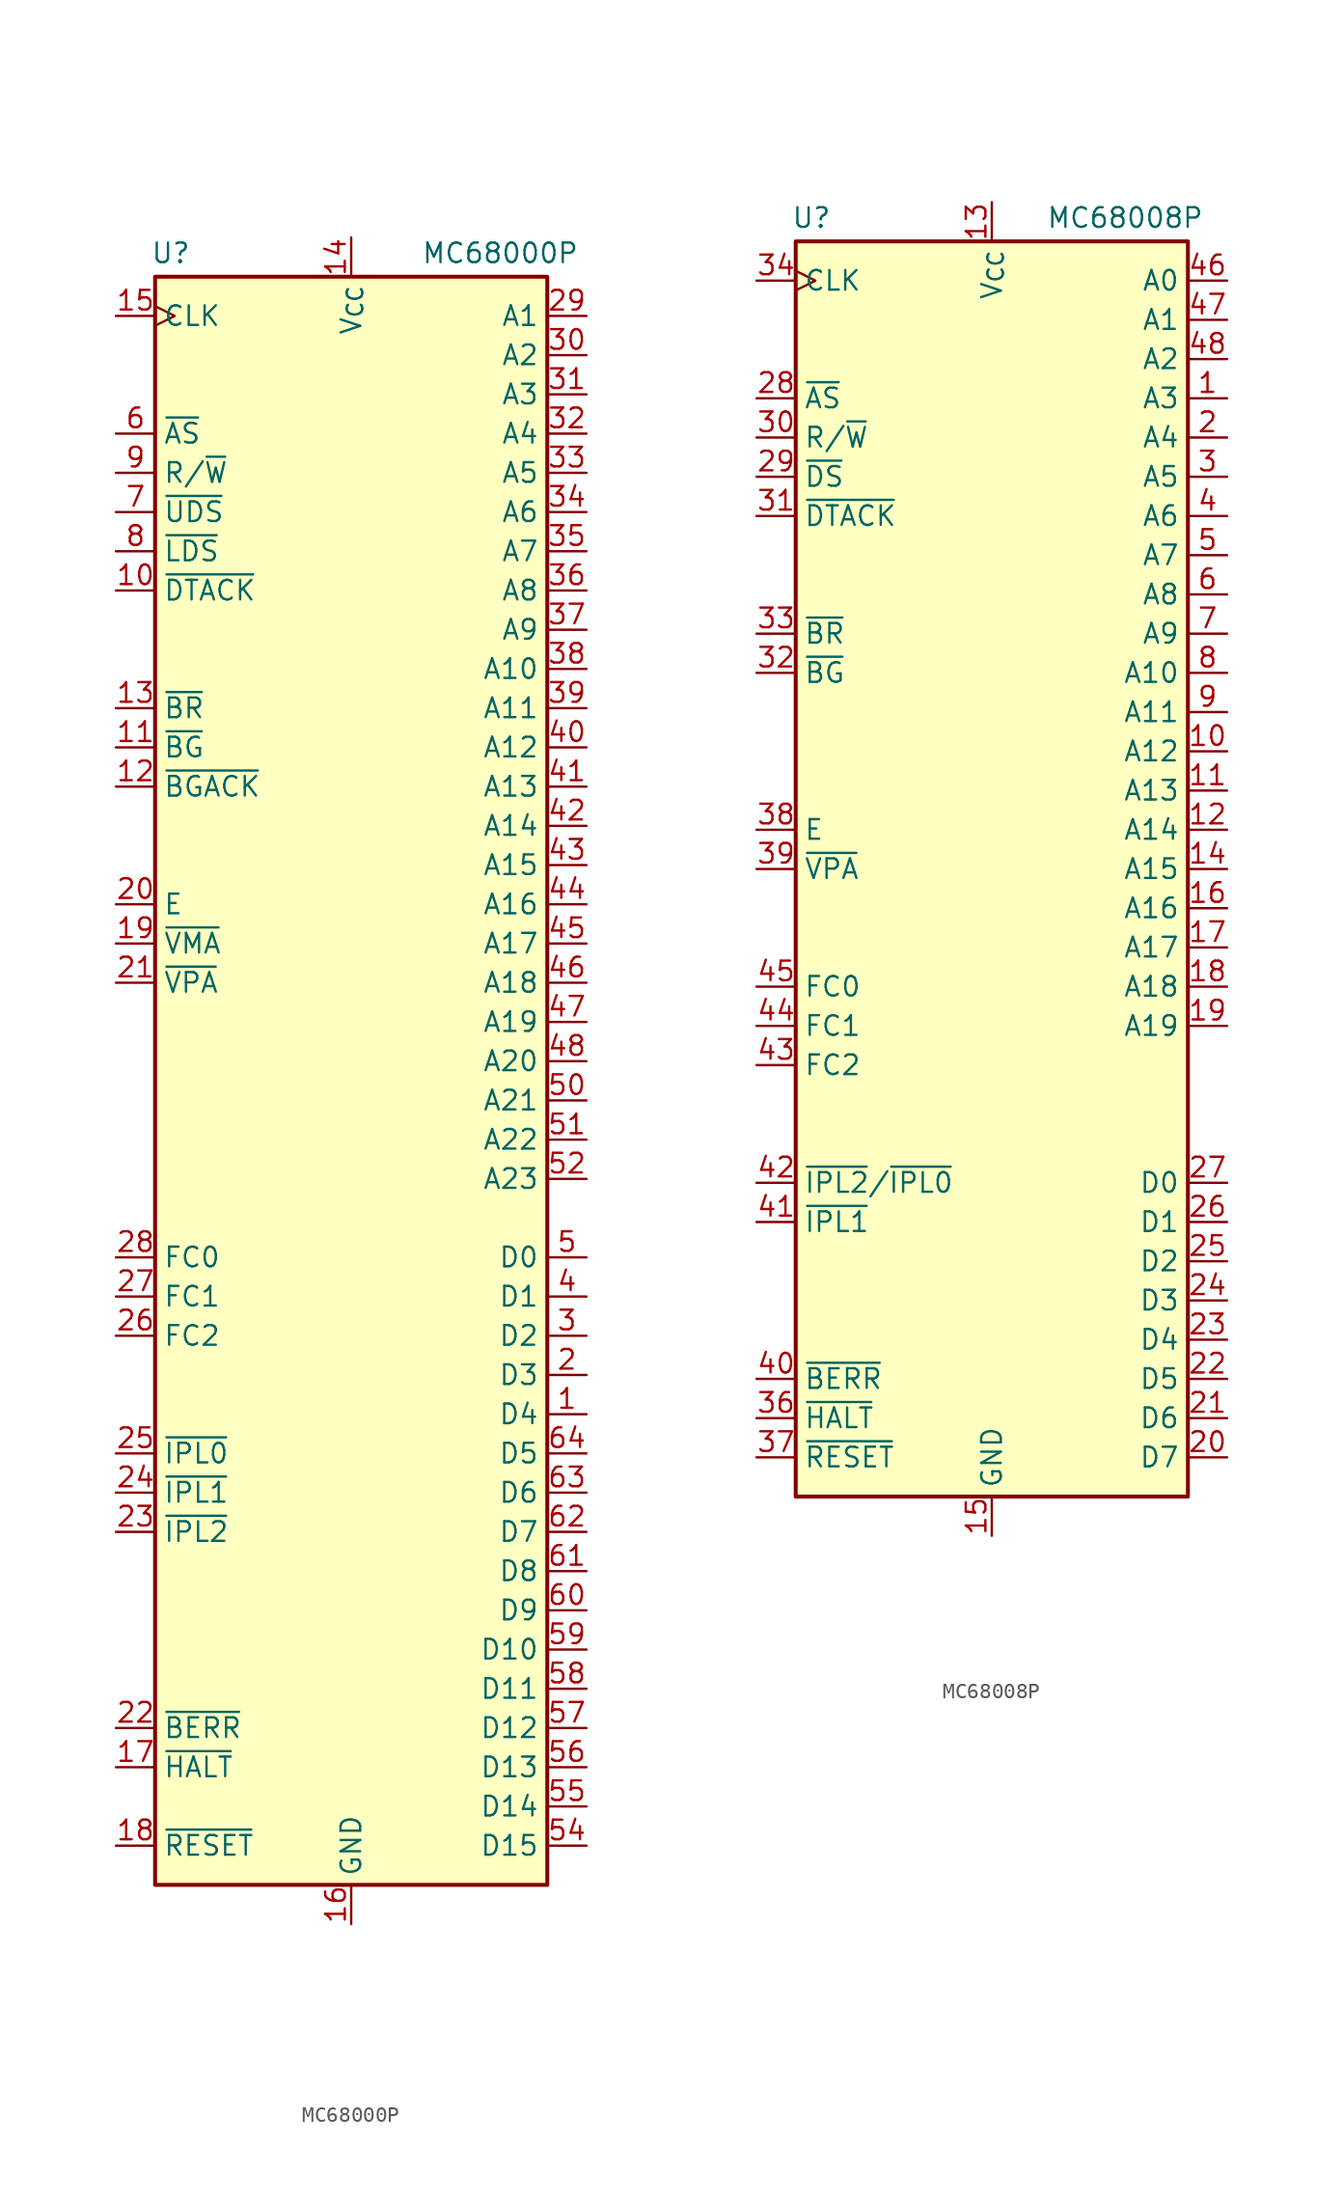
<source format=kicad_sym>
(kicad_symbol_lib
  (version 20241209)
  (generator "kicad_symbol_editor")
  (generator_version "9.0")
  (symbol "MC68000P"
    (property "Reference" "U"
      (at -11.684 54.864 0)
      (effects (font (size 1.27 1.27))))
    (property "Value" "MC68000P"
      (at 9.652 54.864 0)
      (effects (font (size 1.27 1.27))))
    (symbol "MC68000P_0_1"
      (rectangle (start -12.7 53.34) (end 12.7 -50.8) (stroke (width 0.254) (type default)) (fill (type background))))
    (symbol "MC68000P_1_1"
      (pin input clock (at -15.24 50.8 0) (length 2.54) (name "CLK" (effects (font (size 1.27 1.27)))) (number "15" (effects (font (size 1.27 1.27)))))
      (pin tri_state line (at -15.24 43.18 0) (length 2.54) (name "~{AS}" (effects (font (size 1.27 1.27)))) (number "6" (effects (font (size 1.27 1.27)))))
      (pin tri_state line (at -15.24 40.64 0) (length 2.54) (name "R/~{W}" (effects (font (size 1.27 1.27)))) (number "9" (effects (font (size 1.27 1.27)))))
      (pin tri_state line (at -15.24 38.1 0) (length 2.54) (name "~{UDS}" (effects (font (size 1.27 1.27)))) (number "7" (effects (font (size 1.27 1.27)))))
      (pin tri_state line (at -15.24 35.56 0) (length 2.54) (name "~{LDS}" (effects (font (size 1.27 1.27)))) (number "8" (effects (font (size 1.27 1.27)))))
      (pin input line (at -15.24 33.02 0) (length 2.54) (name "~{DTACK}" (effects (font (size 1.27 1.27)))) (number "10" (effects (font (size 1.27 1.27)))))
      (pin input line (at -15.24 25.4 0) (length 2.54) (name "~{BR}" (effects (font (size 1.27 1.27)))) (number "13" (effects (font (size 1.27 1.27)))))
      (pin output line (at -15.24 22.86 0) (length 2.54) (name "~{BG}" (effects (font (size 1.27 1.27)))) (number "11" (effects (font (size 1.27 1.27)))))
      (pin input line (at -15.24 20.32 0) (length 2.54) (name "~{BGACK}" (effects (font (size 1.27 1.27)))) (number "12" (effects (font (size 1.27 1.27)))))
      (pin output line (at -15.24 12.7 0) (length 2.54) (name "E" (effects (font (size 1.27 1.27)))) (number "20" (effects (font (size 1.27 1.27)))))
      (pin tri_state line (at -15.24 10.16 0) (length 2.54) (name "~{VMA}" (effects (font (size 1.27 1.27)))) (number "19" (effects (font (size 1.27 1.27)))))
      (pin input line (at -15.24 7.62 0) (length 2.54) (name "~{VPA}" (effects (font (size 1.27 1.27)))) (number "21" (effects (font (size 1.27 1.27)))))
      (pin tri_state line (at -15.24 -10.16 0) (length 2.54) (name "FC0" (effects (font (size 1.27 1.27)))) (number "28" (effects (font (size 1.27 1.27)))))
      (pin tri_state line (at -15.24 -12.7 0) (length 2.54) (name "FC1" (effects (font (size 1.27 1.27)))) (number "27" (effects (font (size 1.27 1.27)))))
      (pin tri_state line (at -15.24 -15.24 0) (length 2.54) (name "FC2" (effects (font (size 1.27 1.27)))) (number "26" (effects (font (size 1.27 1.27)))))
      (pin input line (at -15.24 -22.86 0) (length 2.54) (name "~{IPL0}" (effects (font (size 1.27 1.27)))) (number "25" (effects (font (size 1.27 1.27)))))
      (pin input line (at -15.24 -25.4 0) (length 2.54) (name "~{IPL1}" (effects (font (size 1.27 1.27)))) (number "24" (effects (font (size 1.27 1.27)))))
      (pin input line (at -15.24 -27.94 0) (length 2.54) (name "~{IPL2}" (effects (font (size 1.27 1.27)))) (number "23" (effects (font (size 1.27 1.27)))))
      (pin input line (at -15.24 -40.64 0) (length 2.54) (name "~{BERR}" (effects (font (size 1.27 1.27)))) (number "22" (effects (font (size 1.27 1.27)))))
      (pin bidirectional line (at -15.24 -43.18 0) (length 2.54) (name "~{HALT}" (effects (font (size 1.27 1.27)))) (number "17" (effects (font (size 1.27 1.27)))))
      (pin bidirectional line (at -15.24 -48.26 0) (length 2.54) (name "~{RESET}" (effects (font (size 1.27 1.27)))) (number "18" (effects (font (size 1.27 1.27)))))
      (pin power_in line (at 0 55.88 270) (length 2.54) (name "V_{CC}" (effects (font (size 1.27 1.27)))) (number "14" (effects (font (size 1.27 1.27)))))
      (pin passive line (at 0 55.88 270) (length 2.54) (hide yes) (name "V_{CC}" (effects (font (size 1.27 1.27)))) (number "49" (effects (font (size 1.27 1.27)))))
      (pin power_in line (at 0 -53.34 90) (length 2.54) (name "GND" (effects (font (size 1.27 1.27)))) (number "16" (effects (font (size 1.27 1.27)))))
      (pin passive line (at 0 -53.34 90) (length 2.54) (hide yes) (name "GND" (effects (font (size 1.27 1.27)))) (number "53" (effects (font (size 1.27 1.27)))))
      (pin tri_state line (at 15.24 50.8 180) (length 2.54) (name "A1" (effects (font (size 1.27 1.27)))) (number "29" (effects (font (size 1.27 1.27)))))
      (pin tri_state line (at 15.24 48.26 180) (length 2.54) (name "A2" (effects (font (size 1.27 1.27)))) (number "30" (effects (font (size 1.27 1.27)))))
      (pin tri_state line (at 15.24 45.72 180) (length 2.54) (name "A3" (effects (font (size 1.27 1.27)))) (number "31" (effects (font (size 1.27 1.27)))))
      (pin tri_state line (at 15.24 43.18 180) (length 2.54) (name "A4" (effects (font (size 1.27 1.27)))) (number "32" (effects (font (size 1.27 1.27)))))
      (pin tri_state line (at 15.24 40.64 180) (length 2.54) (name "A5" (effects (font (size 1.27 1.27)))) (number "33" (effects (font (size 1.27 1.27)))))
      (pin tri_state line (at 15.24 38.1 180) (length 2.54) (name "A6" (effects (font (size 1.27 1.27)))) (number "34" (effects (font (size 1.27 1.27)))))
      (pin tri_state line (at 15.24 35.56 180) (length 2.54) (name "A7" (effects (font (size 1.27 1.27)))) (number "35" (effects (font (size 1.27 1.27)))))
      (pin tri_state line (at 15.24 33.02 180) (length 2.54) (name "A8" (effects (font (size 1.27 1.27)))) (number "36" (effects (font (size 1.27 1.27)))))
      (pin tri_state line (at 15.24 30.48 180) (length 2.54) (name "A9" (effects (font (size 1.27 1.27)))) (number "37" (effects (font (size 1.27 1.27)))))
      (pin tri_state line (at 15.24 27.94 180) (length 2.54) (name "A10" (effects (font (size 1.27 1.27)))) (number "38" (effects (font (size 1.27 1.27)))))
      (pin tri_state line (at 15.24 25.4 180) (length 2.54) (name "A11" (effects (font (size 1.27 1.27)))) (number "39" (effects (font (size 1.27 1.27)))))
      (pin tri_state line (at 15.24 22.86 180) (length 2.54) (name "A12" (effects (font (size 1.27 1.27)))) (number "40" (effects (font (size 1.27 1.27)))))
      (pin tri_state line (at 15.24 20.32 180) (length 2.54) (name "A13" (effects (font (size 1.27 1.27)))) (number "41" (effects (font (size 1.27 1.27)))))
      (pin tri_state line (at 15.24 17.78 180) (length 2.54) (name "A14" (effects (font (size 1.27 1.27)))) (number "42" (effects (font (size 1.27 1.27)))))
      (pin tri_state line (at 15.24 15.24 180) (length 2.54) (name "A15" (effects (font (size 1.27 1.27)))) (number "43" (effects (font (size 1.27 1.27)))))
      (pin tri_state line (at 15.24 12.7 180) (length 2.54) (name "A16" (effects (font (size 1.27 1.27)))) (number "44" (effects (font (size 1.27 1.27)))))
      (pin tri_state line (at 15.24 10.16 180) (length 2.54) (name "A17" (effects (font (size 1.27 1.27)))) (number "45" (effects (font (size 1.27 1.27)))))
      (pin tri_state line (at 15.24 7.62 180) (length 2.54) (name "A18" (effects (font (size 1.27 1.27)))) (number "46" (effects (font (size 1.27 1.27)))))
      (pin tri_state line (at 15.24 5.08 180) (length 2.54) (name "A19" (effects (font (size 1.27 1.27)))) (number "47" (effects (font (size 1.27 1.27)))))
      (pin tri_state line (at 15.24 2.54 180) (length 2.54) (name "A20" (effects (font (size 1.27 1.27)))) (number "48" (effects (font (size 1.27 1.27)))))
      (pin tri_state line (at 15.24 0 180) (length 2.54) (name "A21" (effects (font (size 1.27 1.27)))) (number "50" (effects (font (size 1.27 1.27)))))
      (pin tri_state line (at 15.24 -2.54 180) (length 2.54) (name "A22" (effects (font (size 1.27 1.27)))) (number "51" (effects (font (size 1.27 1.27)))))
      (pin tri_state line (at 15.24 -5.08 180) (length 2.54) (name "A23" (effects (font (size 1.27 1.27)))) (number "52" (effects (font (size 1.27 1.27)))))
      (pin bidirectional line (at 15.24 -10.16 180) (length 2.54) (name "D0" (effects (font (size 1.27 1.27)))) (number "5" (effects (font (size 1.27 1.27)))))
      (pin bidirectional line (at 15.24 -12.7 180) (length 2.54) (name "D1" (effects (font (size 1.27 1.27)))) (number "4" (effects (font (size 1.27 1.27)))))
      (pin bidirectional line (at 15.24 -15.24 180) (length 2.54) (name "D2" (effects (font (size 1.27 1.27)))) (number "3" (effects (font (size 1.27 1.27)))))
      (pin bidirectional line (at 15.24 -17.78 180) (length 2.54) (name "D3" (effects (font (size 1.27 1.27)))) (number "2" (effects (font (size 1.27 1.27)))))
      (pin bidirectional line (at 15.24 -20.32 180) (length 2.54) (name "D4" (effects (font (size 1.27 1.27)))) (number "1" (effects (font (size 1.27 1.27)))))
      (pin bidirectional line (at 15.24 -22.86 180) (length 2.54) (name "D5" (effects (font (size 1.27 1.27)))) (number "64" (effects (font (size 1.27 1.27)))))
      (pin bidirectional line (at 15.24 -25.4 180) (length 2.54) (name "D6" (effects (font (size 1.27 1.27)))) (number "63" (effects (font (size 1.27 1.27)))))
      (pin bidirectional line (at 15.24 -27.94 180) (length 2.54) (name "D7" (effects (font (size 1.27 1.27)))) (number "62" (effects (font (size 1.27 1.27)))))
      (pin bidirectional line (at 15.24 -30.48 180) (length 2.54) (name "D8" (effects (font (size 1.27 1.27)))) (number "61" (effects (font (size 1.27 1.27)))))
      (pin bidirectional line (at 15.24 -33.02 180) (length 2.54) (name "D9" (effects (font (size 1.27 1.27)))) (number "60" (effects (font (size 1.27 1.27)))))
      (pin bidirectional line (at 15.24 -35.56 180) (length 2.54) (name "D10" (effects (font (size 1.27 1.27)))) (number "59" (effects (font (size 1.27 1.27)))))
      (pin bidirectional line (at 15.24 -38.1 180) (length 2.54) (name "D11" (effects (font (size 1.27 1.27)))) (number "58" (effects (font (size 1.27 1.27)))))
      (pin bidirectional line (at 15.24 -40.64 180) (length 2.54) (name "D12" (effects (font (size 1.27 1.27)))) (number "57" (effects (font (size 1.27 1.27)))))
      (pin bidirectional line (at 15.24 -43.18 180) (length 2.54) (name "D13" (effects (font (size 1.27 1.27)))) (number "56" (effects (font (size 1.27 1.27)))))
      (pin bidirectional line (at 15.24 -45.72 180) (length 2.54) (name "D14" (effects (font (size 1.27 1.27)))) (number "55" (effects (font (size 1.27 1.27)))))
      (pin bidirectional line (at 15.24 -48.26 180) (length 2.54) (name "D15" (effects (font (size 1.27 1.27)))) (number "54" (effects (font (size 1.27 1.27)))))))
  (symbol "MC68008P"
    (property "Reference" "U"
      (at -11.684 42.164 0)
      (effects (font (size 1.27 1.27))))
    (property "Value" "MC68008P"
      (at 8.636 42.164 0)
      (effects (font (size 1.27 1.27))))
    (symbol "MC68008P_0_1"
      (rectangle (start -12.7 40.64) (end 12.7 -40.64) (stroke (width 0.254) (type default)) (fill (type background))))
    (symbol "MC68008P_1_1"
      (pin input clock (at -15.24 38.1 0) (length 2.54) (name "CLK" (effects (font (size 1.27 1.27)))) (number "34" (effects (font (size 1.27 1.27)))))
      (pin tri_state line (at -15.24 30.48 0) (length 2.54) (name "~{AS}" (effects (font (size 1.27 1.27)))) (number "28" (effects (font (size 1.27 1.27)))))
      (pin tri_state line (at -15.24 27.94 0) (length 2.54) (name "R/~{W}" (effects (font (size 1.27 1.27)))) (number "30" (effects (font (size 1.27 1.27)))))
      (pin tri_state line (at -15.24 25.4 0) (length 2.54) (name "~{DS}" (effects (font (size 1.27 1.27)))) (number "29" (effects (font (size 1.27 1.27)))))
      (pin input line (at -15.24 22.86 0) (length 2.54) (name "~{DTACK}" (effects (font (size 1.27 1.27)))) (number "31" (effects (font (size 1.27 1.27)))))
      (pin input line (at -15.24 15.24 0) (length 2.54) (name "~{BR}" (effects (font (size 1.27 1.27)))) (number "33" (effects (font (size 1.27 1.27)))))
      (pin output line (at -15.24 12.7 0) (length 2.54) (name "~{BG}" (effects (font (size 1.27 1.27)))) (number "32" (effects (font (size 1.27 1.27)))))
      (pin output line (at -15.24 2.54 0) (length 2.54) (name "E" (effects (font (size 1.27 1.27)))) (number "38" (effects (font (size 1.27 1.27)))))
      (pin input line (at -15.24 0 0) (length 2.54) (name "~{VPA}" (effects (font (size 1.27 1.27)))) (number "39" (effects (font (size 1.27 1.27)))))
      (pin tri_state line (at -15.24 -7.62 0) (length 2.54) (name "FC0" (effects (font (size 1.27 1.27)))) (number "45" (effects (font (size 1.27 1.27)))))
      (pin tri_state line (at -15.24 -10.16 0) (length 2.54) (name "FC1" (effects (font (size 1.27 1.27)))) (number "44" (effects (font (size 1.27 1.27)))))
      (pin tri_state line (at -15.24 -12.7 0) (length 2.54) (name "FC2" (effects (font (size 1.27 1.27)))) (number "43" (effects (font (size 1.27 1.27)))))
      (pin input line (at -15.24 -20.32 0) (length 2.54) (name "~{IPL2}/~{IPL0}" (effects (font (size 1.27 1.27)))) (number "42" (effects (font (size 1.27 1.27)))))
      (pin input line (at -15.24 -22.86 0) (length 2.54) (name "~{IPL1}" (effects (font (size 1.27 1.27)))) (number "41" (effects (font (size 1.27 1.27)))))
      (pin input line (at -15.24 -33.02 0) (length 2.54) (name "~{BERR}" (effects (font (size 1.27 1.27)))) (number "40" (effects (font (size 1.27 1.27)))))
      (pin bidirectional line (at -15.24 -35.56 0) (length 2.54) (name "~{HALT}" (effects (font (size 1.27 1.27)))) (number "36" (effects (font (size 1.27 1.27)))))
      (pin bidirectional line (at -15.24 -38.1 0) (length 2.54) (name "~{RESET}" (effects (font (size 1.27 1.27)))) (number "37" (effects (font (size 1.27 1.27)))))
      (pin power_in line (at 0 43.18 270) (length 2.54) (name "V_{CC}" (effects (font (size 1.27 1.27)))) (number "13" (effects (font (size 1.27 1.27)))))
      (pin power_in line (at 0 -43.18 90) (length 2.54) (name "GND" (effects (font (size 1.27 1.27)))) (number "15" (effects (font (size 1.27 1.27)))))
      (pin passive line (at 0 -43.18 90) (length 2.54) (hide yes) (name "GND" (effects (font (size 1.27 1.27)))) (number "35" (effects (font (size 1.27 1.27)))))
      (pin tri_state line (at 15.24 38.1 180) (length 2.54) (name "A0" (effects (font (size 1.27 1.27)))) (number "46" (effects (font (size 1.27 1.27)))))
      (pin tri_state line (at 15.24 35.56 180) (length 2.54) (name "A1" (effects (font (size 1.27 1.27)))) (number "47" (effects (font (size 1.27 1.27)))))
      (pin tri_state line (at 15.24 33.02 180) (length 2.54) (name "A2" (effects (font (size 1.27 1.27)))) (number "48" (effects (font (size 1.27 1.27)))))
      (pin tri_state line (at 15.24 30.48 180) (length 2.54) (name "A3" (effects (font (size 1.27 1.27)))) (number "1" (effects (font (size 1.27 1.27)))))
      (pin tri_state line (at 15.24 27.94 180) (length 2.54) (name "A4" (effects (font (size 1.27 1.27)))) (number "2" (effects (font (size 1.27 1.27)))))
      (pin tri_state line (at 15.24 25.4 180) (length 2.54) (name "A5" (effects (font (size 1.27 1.27)))) (number "3" (effects (font (size 1.27 1.27)))))
      (pin tri_state line (at 15.24 22.86 180) (length 2.54) (name "A6" (effects (font (size 1.27 1.27)))) (number "4" (effects (font (size 1.27 1.27)))))
      (pin tri_state line (at 15.24 20.32 180) (length 2.54) (name "A7" (effects (font (size 1.27 1.27)))) (number "5" (effects (font (size 1.27 1.27)))))
      (pin tri_state line (at 15.24 17.78 180) (length 2.54) (name "A8" (effects (font (size 1.27 1.27)))) (number "6" (effects (font (size 1.27 1.27)))))
      (pin tri_state line (at 15.24 15.24 180) (length 2.54) (name "A9" (effects (font (size 1.27 1.27)))) (number "7" (effects (font (size 1.27 1.27)))))
      (pin tri_state line (at 15.24 12.7 180) (length 2.54) (name "A10" (effects (font (size 1.27 1.27)))) (number "8" (effects (font (size 1.27 1.27)))))
      (pin tri_state line (at 15.24 10.16 180) (length 2.54) (name "A11" (effects (font (size 1.27 1.27)))) (number "9" (effects (font (size 1.27 1.27)))))
      (pin tri_state line (at 15.24 7.62 180) (length 2.54) (name "A12" (effects (font (size 1.27 1.27)))) (number "10" (effects (font (size 1.27 1.27)))))
      (pin tri_state line (at 15.24 5.08 180) (length 2.54) (name "A13" (effects (font (size 1.27 1.27)))) (number "11" (effects (font (size 1.27 1.27)))))
      (pin tri_state line (at 15.24 2.54 180) (length 2.54) (name "A14" (effects (font (size 1.27 1.27)))) (number "12" (effects (font (size 1.27 1.27)))))
      (pin tri_state line (at 15.24 0 180) (length 2.54) (name "A15" (effects (font (size 1.27 1.27)))) (number "14" (effects (font (size 1.27 1.27)))))
      (pin tri_state line (at 15.24 -2.54 180) (length 2.54) (name "A16" (effects (font (size 1.27 1.27)))) (number "16" (effects (font (size 1.27 1.27)))))
      (pin tri_state line (at 15.24 -5.08 180) (length 2.54) (name "A17" (effects (font (size 1.27 1.27)))) (number "17" (effects (font (size 1.27 1.27)))))
      (pin tri_state line (at 15.24 -7.62 180) (length 2.54) (name "A18" (effects (font (size 1.27 1.27)))) (number "18" (effects (font (size 1.27 1.27)))))
      (pin tri_state line (at 15.24 -10.16 180) (length 2.54) (name "A19" (effects (font (size 1.27 1.27)))) (number "19" (effects (font (size 1.27 1.27)))))
      (pin bidirectional line (at 15.24 -20.32 180) (length 2.54) (name "D0" (effects (font (size 1.27 1.27)))) (number "27" (effects (font (size 1.27 1.27)))))
      (pin bidirectional line (at 15.24 -22.86 180) (length 2.54) (name "D1" (effects (font (size 1.27 1.27)))) (number "26" (effects (font (size 1.27 1.27)))))
      (pin bidirectional line (at 15.24 -25.4 180) (length 2.54) (name "D2" (effects (font (size 1.27 1.27)))) (number "25" (effects (font (size 1.27 1.27)))))
      (pin bidirectional line (at 15.24 -27.94 180) (length 2.54) (name "D3" (effects (font (size 1.27 1.27)))) (number "24" (effects (font (size 1.27 1.27)))))
      (pin bidirectional line (at 15.24 -30.48 180) (length 2.54) (name "D4" (effects (font (size 1.27 1.27)))) (number "23" (effects (font (size 1.27 1.27)))))
      (pin bidirectional line (at 15.24 -33.02 180) (length 2.54) (name "D5" (effects (font (size 1.27 1.27)))) (number "22" (effects (font (size 1.27 1.27)))))
      (pin bidirectional line (at 15.24 -35.56 180) (length 2.54) (name "D6" (effects (font (size 1.27 1.27)))) (number "21" (effects (font (size 1.27 1.27)))))
      (pin bidirectional line (at 15.24 -38.1 180) (length 2.54) (name "D7" (effects (font (size 1.27 1.27)))) (number "20" (effects (font (size 1.27 1.27))))))))
</source>
